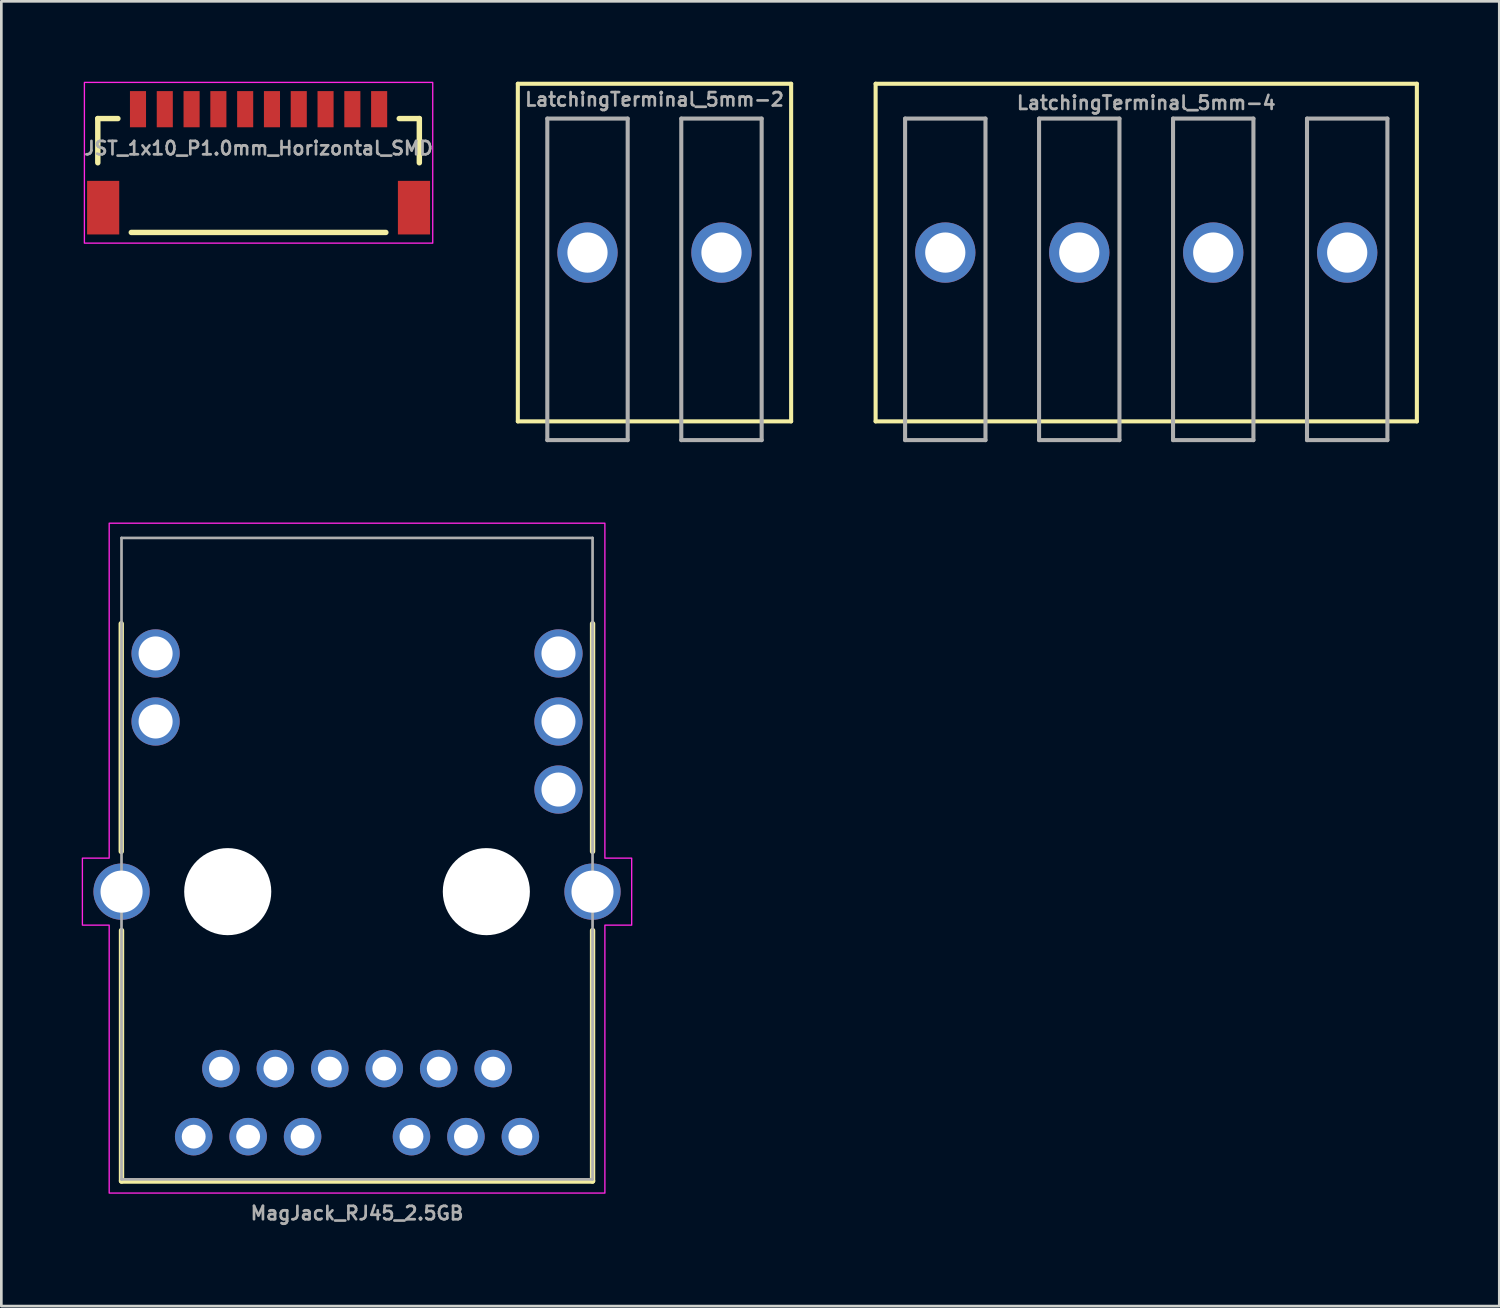
<source format=kicad_pcb>
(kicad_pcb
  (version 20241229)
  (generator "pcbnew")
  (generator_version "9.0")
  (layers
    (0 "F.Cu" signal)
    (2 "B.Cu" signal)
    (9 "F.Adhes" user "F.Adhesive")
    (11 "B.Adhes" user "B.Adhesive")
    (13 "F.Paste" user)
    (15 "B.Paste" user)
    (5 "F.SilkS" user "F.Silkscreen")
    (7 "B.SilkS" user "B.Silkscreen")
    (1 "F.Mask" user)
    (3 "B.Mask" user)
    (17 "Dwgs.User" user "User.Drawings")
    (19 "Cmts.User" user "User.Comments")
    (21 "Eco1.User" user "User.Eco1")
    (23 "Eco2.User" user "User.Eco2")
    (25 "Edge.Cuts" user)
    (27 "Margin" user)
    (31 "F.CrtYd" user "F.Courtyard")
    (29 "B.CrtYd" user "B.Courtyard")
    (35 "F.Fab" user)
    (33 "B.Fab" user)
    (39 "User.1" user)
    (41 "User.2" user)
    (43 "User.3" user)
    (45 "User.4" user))
  (footprint "MagJack_RJ45_2.5GB"
    (layer "F.Cu")
    (at 10.275 30.227)
    (property "Reference" "MagJack_RJ45_2.5GB" (at 0 12 0) (unlocked yes) (layer "F.Fab") (effects (font (size 0.5 0.5) (thickness 0.1) (bold yes))))
    (fp_line (start -8.8 -1.5) (end -8.8 -10) (stroke (width 0.2) (type solid)) (layer "F.SilkS"))
    (fp_line (start -8.79 10.8) (end -8.79 1.45) (stroke (width 0.2) (type solid)) (layer "F.SilkS"))
    (fp_line (start 8.79 -1.5) (end 8.79 -10) (stroke (width 0.2) (type solid)) (layer "F.SilkS"))
    (fp_line (start 8.79 10.8) (end -8.79 10.8) (stroke (width 0.2) (type solid)) (layer "F.SilkS"))
    (fp_line (start 8.79 10.8) (end 8.79 1.45) (stroke (width 0.2) (type solid)) (layer "F.SilkS"))
    (fp_poly (pts (xy 9.25 -13.75) (xy 9.25 -1.25) (xy 10.25 -1.25) (xy 10.25 1.25) (xy 9.25 1.25) (xy 9.25 11.25) (xy -9.25 11.25) (xy -9.25 1.25) (xy -10.25 1.25) (xy -10.25 -1.25) (xy -9.25 -1.25) (xy -9.25 -13.75)) (stroke (width 0.05) (type solid)) (fill no) (layer "F.CrtYd"))
    (fp_line (start -8.79 10.74) (end -8.79 -13.2) (stroke (width 0.1) (type solid)) (layer "F.Fab"))
    (fp_line (start 8.79 -13.2) (end -8.79 -13.2) (stroke (width 0.1) (type solid)) (layer "F.Fab"))
    (fp_line (start 8.79 10.74) (end -8.79 10.74) (stroke (width 0.1) (type solid)) (layer "F.Fab"))
    (fp_line (start 8.79 10.74) (end 8.79 -13.2) (stroke (width 0.1) (type solid)) (layer "F.Fab"))
    (pad "" np_thru_hole circle (at -4.826 0 90) (size 3.25 3.25) (drill 3.25) (layers "*.Cu" "*.Mask"))
    (pad "" np_thru_hole circle (at 4.826 0 90) (size 3.25 3.25) (drill 3.25) (layers "*.Cu" "*.Mask"))
    (pad "1" thru_hole circle (at -5.08 6.604 90) (size 1.4 1.4) (drill 0.89) (layers "*.Cu" "*.Mask"))
    (pad "2" thru_hole circle (at -3.048 6.604 90) (size 1.4 1.4) (drill 0.89) (layers "*.Cu" "*.Mask"))
    (pad "3" thru_hole circle (at -1.016 6.604 90) (size 1.4 1.4) (drill 0.89) (layers "*.Cu" "*.Mask"))
    (pad "4" thru_hole circle (at 1.016 6.604 90) (size 1.4 1.4) (drill 0.89) (layers "*.Cu" "*.Mask"))
    (pad "5" thru_hole circle (at 3.048 6.604 90) (size 1.4 1.4) (drill 0.89) (layers "*.Cu" "*.Mask"))
    (pad "6" thru_hole circle (at 5.08 6.604 90) (size 1.4 1.4) (drill 0.89) (layers "*.Cu" "*.Mask"))
    (pad "7" thru_hole circle (at -6.096 9.144 90) (size 1.4 1.4) (drill 0.89) (layers "*.Cu" "*.Mask"))
    (pad "8" thru_hole circle (at -4.064 9.144 90) (size 1.4 1.4) (drill 0.89) (layers "*.Cu" "*.Mask"))
    (pad "9" thru_hole circle (at -2.032 9.144 90) (size 1.4 1.4) (drill 0.89) (layers "*.Cu" "*.Mask"))
    (pad "10" thru_hole circle (at 2.032 9.144 90) (size 1.4 1.4) (drill 0.89) (layers "*.Cu" "*.Mask"))
    (pad "11" thru_hole circle (at 4.064 9.144 90) (size 1.4 1.4) (drill 0.89) (layers "*.Cu" "*.Mask"))
    (pad "12" thru_hole circle (at 6.096 9.144 90) (size 1.4 1.4) (drill 0.89) (layers "*.Cu" "*.Mask"))
    (pad "13" thru_hole circle (at -7.518 -6.35 90) (size 1.8 1.8) (drill 1.27) (layers "*.Cu" "*.Mask"))
    (pad "14" thru_hole circle (at -7.518 -8.89 90) (size 1.8 1.8) (drill 1.27) (layers "*.Cu" "*.Mask"))
    (pad "15" thru_hole circle (at 7.518 -3.81 90) (size 1.8 1.8) (drill 1.27) (layers "*.Cu" "*.Mask"))
    (pad "16" thru_hole circle (at 7.518 -6.35 90) (size 1.8 1.8) (drill 1.27) (layers "*.Cu" "*.Mask"))
    (pad "17" thru_hole circle (at 7.518 -8.89 90) (size 1.8 1.8) (drill 1.27) (layers "*.Cu" "*.Mask"))
    (pad "SHLD" thru_hole circle (at -8.788 0 90) (size 2.1 2.1) (drill 1.57) (layers "*.Cu" "*.Mask"))
    (pad "SHLD" thru_hole circle (at 8.788 0 90) (size 2.1 2.1) (drill 1.57) (layers "*.Cu" "*.Mask")))
  (footprint "JST_1x10_P1.0mm_Horizontal_SMD"
    (layer "F.Cu")
    (at 6.6 1.025)
    (property "Reference" "JST_1x10_P1.0mm_Horizontal_SMD" (at 0 1.75 0) (layer "F.Fab") (effects (font (size 0.5 0.5) (thickness 0.1)) (justify bottom)))
    (attr smd)
    (fp_line (start -6 0.35) (end -5.25 0.35) (stroke (width 0.203) (type solid)) (layer "F.SilkS"))
    (fp_line (start -6 2) (end -6 0.35) (stroke (width 0.203) (type solid)) (layer "F.SilkS"))
    (fp_line (start -4.75 4.6) (end 4.75 4.6) (stroke (width 0.203) (type solid)) (layer "F.SilkS"))
    (fp_line (start 5.25 0.35) (end 6 0.35) (stroke (width 0.203) (type solid)) (layer "F.SilkS"))
    (fp_line (start 6 0.35) (end 6 2) (stroke (width 0.203) (type solid)) (layer "F.SilkS"))
    (fp_rect (start 6.5 5) (end -6.5 -1) (stroke (width 0.05) (type default)) (fill no) (layer "F.CrtYd"))
    (pad "1" smd rect (at -4.5 0) (size 0.6 1.35) (layers "F.Cu" "F.Mask" "F.Paste"))
    (pad "2" smd rect (at -3.5 0) (size 0.6 1.35) (layers "F.Cu" "F.Mask" "F.Paste"))
    (pad "3" smd rect (at -2.5 0) (size 0.6 1.35) (layers "F.Cu" "F.Mask" "F.Paste"))
    (pad "4" smd rect (at -1.5 0) (size 0.6 1.35) (layers "F.Cu" "F.Mask" "F.Paste"))
    (pad "5" smd rect (at -0.5 0) (size 0.6 1.35) (layers "F.Cu" "F.Mask" "F.Paste"))
    (pad "6" smd rect (at 0.5 0) (size 0.6 1.35) (layers "F.Cu" "F.Mask" "F.Paste"))
    (pad "7" smd rect (at 1.5 0) (size 0.6 1.35) (layers "F.Cu" "F.Mask" "F.Paste"))
    (pad "8" smd rect (at 2.5 0) (size 0.6 1.35) (layers "F.Cu" "F.Mask" "F.Paste"))
    (pad "9" smd rect (at 3.5 0) (size 0.6 1.35) (layers "F.Cu" "F.Mask" "F.Paste"))
    (pad "10" smd rect (at 4.5 0) (size 0.6 1.35) (layers "F.Cu" "F.Mask" "F.Paste"))
    (pad "NC1" smd rect (at 5.8 3.675) (size 1.2 2) (layers "F.Cu" "F.Mask" "F.Paste"))
    (pad "NC2" smd rect (at -5.8 3.675) (size 1.2 2) (layers "F.Cu" "F.Mask" "F.Paste")))
  (footprint "LatchingTerminal_5mm-4"
    (layer "F.Cu")
    (at 39.729 6.376)
    (property "Reference" "LatchingTerminal_5mm-4" (at 0 -5.588 0) (layer "F.Fab") (effects (font (size 0.5 0.5) (thickness 0.1))))
    (attr through_hole)
    (fp_line (start -10.1 -6.3) (end -10.1 6.3) (stroke (width 0.152) (type solid)) (layer "F.SilkS"))
    (fp_line (start -10.1 -6.3) (end 10.1 -6.3) (stroke (width 0.152) (type solid)) (layer "F.SilkS"))
    (fp_line (start -10.1 6.3) (end 10.1 6.3) (stroke (width 0.152) (type solid)) (layer "F.SilkS"))
    (fp_line (start 10.1 -6.3) (end 10.1 6.3) (stroke (width 0.152) (type solid)) (layer "F.SilkS"))
    (fp_line (start -9 -5) (end -6 -5) (stroke (width 0.152) (type solid)) (layer "F.Fab"))
    (fp_line (start -9 7) (end -9 -5) (stroke (width 0.152) (type solid)) (layer "F.Fab"))
    (fp_line (start -6 -5) (end -6 7) (stroke (width 0.152) (type solid)) (layer "F.Fab"))
    (fp_line (start -6 7) (end -9 7) (stroke (width 0.152) (type solid)) (layer "F.Fab"))
    (fp_line (start -4 -5) (end -4 7) (stroke (width 0.152) (type solid)) (layer "F.Fab"))
    (fp_line (start -4 7) (end -1 7) (stroke (width 0.152) (type solid)) (layer "F.Fab"))
    (fp_line (start -1 -5) (end -4 -5) (stroke (width 0.152) (type solid)) (layer "F.Fab"))
    (fp_line (start -1 7) (end -1 -5) (stroke (width 0.152) (type solid)) (layer "F.Fab"))
    (fp_line (start 1 -5) (end 1 7) (stroke (width 0.152) (type solid)) (layer "F.Fab"))
    (fp_line (start 1 -5) (end 4 -5) (stroke (width 0.152) (type solid)) (layer "F.Fab"))
    (fp_line (start 1 7) (end 4 7) (stroke (width 0.152) (type solid)) (layer "F.Fab"))
    (fp_line (start 4 7) (end 4 -5) (stroke (width 0.152) (type solid)) (layer "F.Fab"))
    (fp_line (start 6 -5) (end 6 7) (stroke (width 0.152) (type solid)) (layer "F.Fab"))
    (fp_line (start 6 7) (end 9 7) (stroke (width 0.152) (type solid)) (layer "F.Fab"))
    (fp_line (start 9 -5) (end 6 -5) (stroke (width 0.152) (type solid)) (layer "F.Fab"))
    (fp_line (start 9 7) (end 9 -5) (stroke (width 0.152) (type solid)) (layer "F.Fab"))
    (pad "1" thru_hole circle (at -7.5 0) (size 2.25 2.25) (drill 1.5) (layers "*.Cu" "*.Mask"))
    (pad "2" thru_hole circle (at -2.5 0) (size 2.25 2.25) (drill 1.5) (layers "*.Cu" "*.Mask"))
    (pad "3" thru_hole circle (at 2.5 0) (size 2.25 2.25) (drill 1.5) (layers "*.Cu" "*.Mask"))
    (pad "4" thru_hole circle (at 7.5 0) (size 2.25 2.25) (drill 1.5) (layers "*.Cu" "*.Mask")))
  (footprint "LatchingTerminal_5mm-2"
    (layer "F.Cu")
    (at 21.376 6.376)
    (property "Reference" "LatchingTerminal_5mm-2" (at 0 -5.715 0) (layer "F.Fab") (effects (font (size 0.5 0.5) (thickness 0.1))))
    (attr through_hole)
    (fp_line (start -5.1 -6.3) (end -5.1 6.3) (stroke (width 0.152) (type solid)) (layer "F.SilkS"))
    (fp_line (start -5.1 -6.3) (end 5.1 -6.3) (stroke (width 0.152) (type solid)) (layer "F.SilkS"))
    (fp_line (start -5.1 6.3) (end 5.1 6.3) (stroke (width 0.152) (type solid)) (layer "F.SilkS"))
    (fp_line (start 5.1 -6.3) (end 5.1 6.3) (stroke (width 0.152) (type solid)) (layer "F.SilkS"))
    (fp_line (start -4 -5) (end -4 7) (stroke (width 0.152) (type solid)) (layer "F.Fab"))
    (fp_line (start -4 7) (end -1 7) (stroke (width 0.152) (type solid)) (layer "F.Fab"))
    (fp_line (start -1 -5) (end -4 -5) (stroke (width 0.152) (type solid)) (layer "F.Fab"))
    (fp_line (start -1 7) (end -1 -5) (stroke (width 0.152) (type solid)) (layer "F.Fab"))
    (fp_line (start 1 -5) (end 1 7) (stroke (width 0.152) (type solid)) (layer "F.Fab"))
    (fp_line (start 1 7) (end 4 7) (stroke (width 0.152) (type solid)) (layer "F.Fab"))
    (fp_line (start 4 -5) (end 1 -5) (stroke (width 0.152) (type solid)) (layer "F.Fab"))
    (fp_line (start 4 7) (end 4 -5) (stroke (width 0.152) (type solid)) (layer "F.Fab"))
    (pad "1" thru_hole circle (at -2.5 0) (size 2.25 2.25) (drill 1.5) (layers "*.Cu" "*.Mask"))
    (pad "2" thru_hole circle (at 2.5 0) (size 2.25 2.25) (drill 1.5) (layers "*.Cu" "*.Mask")))
  (gr_rect
    (start -3 -3)
    (end 52.905 45.695)
    (stroke (width 0.1) (type default))
    (fill no)
    (layer "Edge.Cuts")))
</source>
